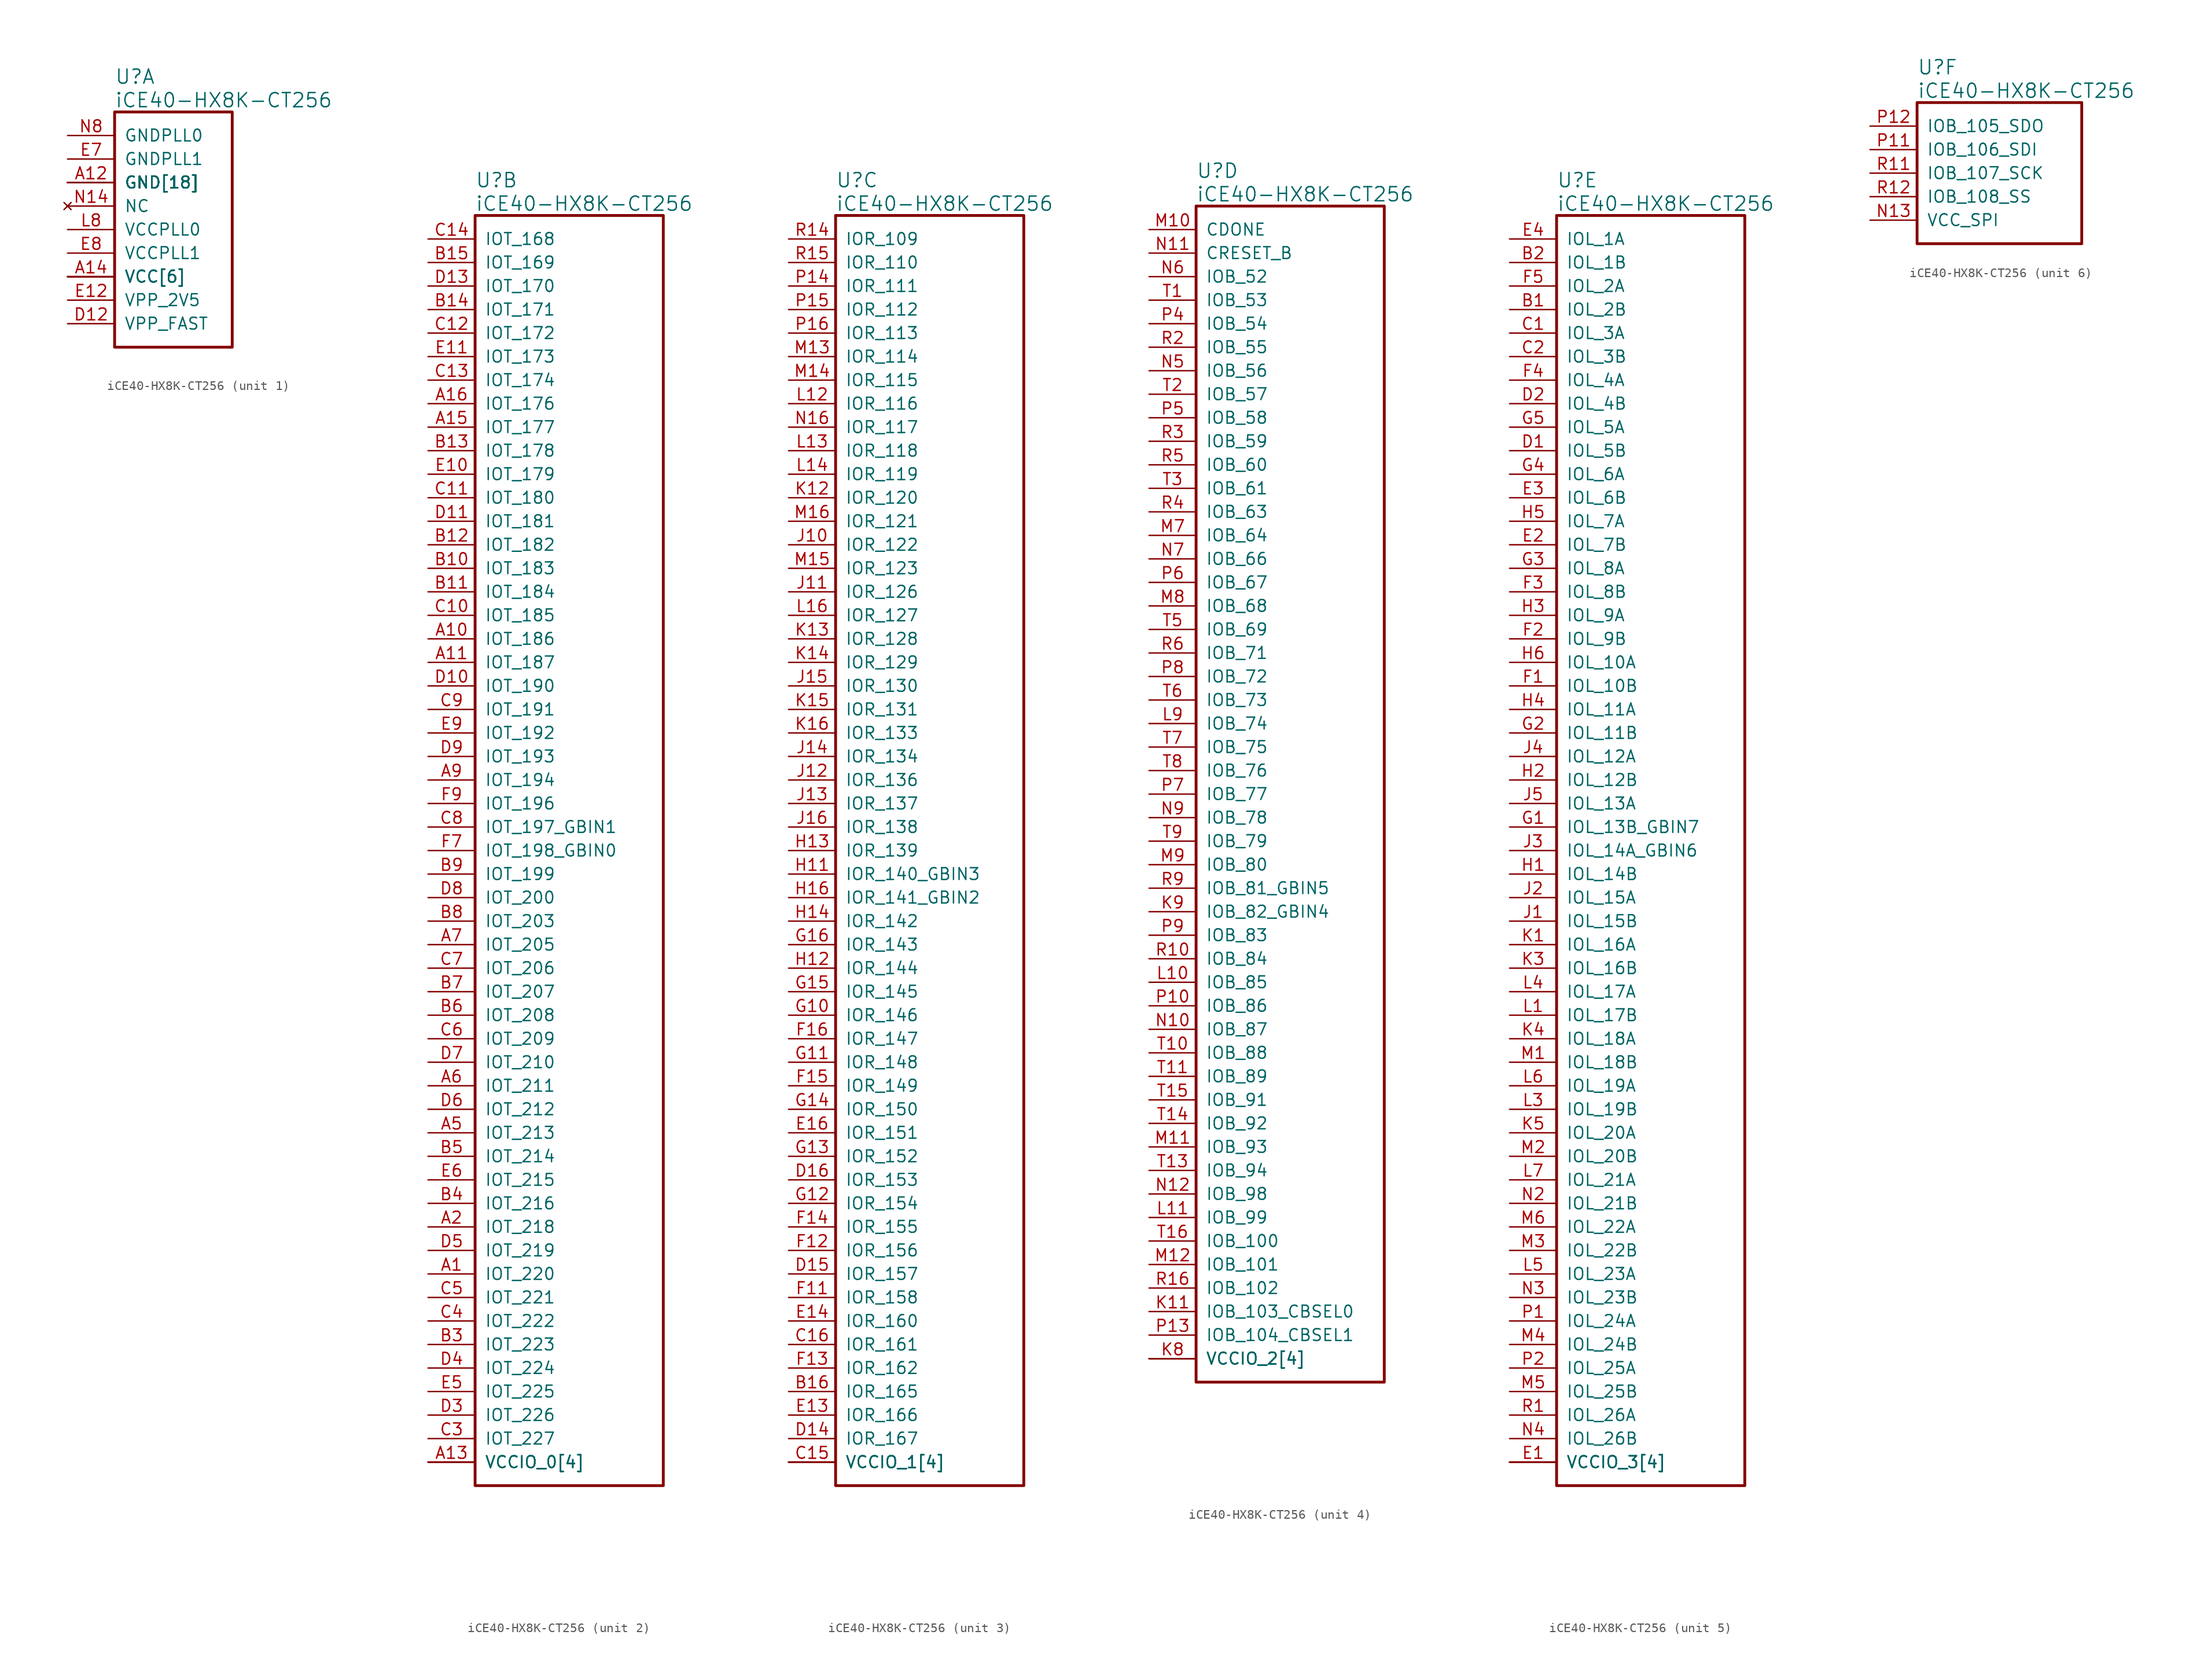
<source format=kicad_sym>
(kicad_symbol_lib
  (version 20241209)
  (generator "kicad_symbol_editor")
  (generator_version "9.0")
  (symbol "iCE40-HX8K-CT256"
    (pin_names
      (offset 1.016))
    (property "Reference" "U"
      (at 5.08 6.35 0)
      (effects (font (size 1.524 1.524)) (justify left)))
    (property "Value" "iCE40-HX8K-CT256"
      (at 5.08 3.81 0)
      (effects (font (size 1.524 1.524)) (justify left)))
    (property "ki_locked" ""
      (at 0 0 0)
      (effects (font (size 1.27 1.27))))
    (symbol "iCE40-HX8K-CT256_1_1"
      (rectangle (start 5.08 2.54) (end 17.78 -22.86) (stroke (width 0.305) (type solid)) (fill (type none)))
      (pin power_in line (at 0 0 0) (length 5.08) (name "GNDPLL0" (effects (font (size 1.27 1.27)))) (number "N8" (effects (font (size 1.27 1.27)))))
      (pin power_in line (at 0 -2.54 0) (length 5.08) (name "GNDPLL1" (effects (font (size 1.27 1.27)))) (number "E7" (effects (font (size 1.27 1.27)))))
      (pin power_in line (at 0 -5.08 0) (length 5.08) (name "GND[18]" (effects (font (size 1.27 1.27)))) (number "A12" (effects (font (size 1.27 1.27)))))
      (pin power_in line (at 0 -5.08 0) (length 5.08) (name "GND[18]" (effects (font (size 1.27 1.27)))) (number "A4" (effects (font (size 0 0)))))
      (pin power_in line (at 0 -5.08 0) (length 5.08) (name "GND[18]" (effects (font (size 1.27 1.27)))) (number "E15" (effects (font (size 0 0)))))
      (pin power_in line (at 0 -5.08 0) (length 5.08) (name "GND[18]" (effects (font (size 1.27 1.27)))) (number "G7" (effects (font (size 0 0)))))
      (pin power_in line (at 0 -5.08 0) (length 5.08) (name "GND[18]" (effects (font (size 1.27 1.27)))) (number "G8" (effects (font (size 0 0)))))
      (pin power_in line (at 0 -5.08 0) (length 5.08) (name "GND[18]" (effects (font (size 1.27 1.27)))) (number "G9" (effects (font (size 0 0)))))
      (pin power_in line (at 0 -5.08 0) (length 5.08) (name "GND[18]" (effects (font (size 1.27 1.27)))) (number "H7" (effects (font (size 0 0)))))
      (pin power_in line (at 0 -5.08 0) (length 5.08) (name "GND[18]" (effects (font (size 1.27 1.27)))) (number "H8" (effects (font (size 0 0)))))
      (pin power_in line (at 0 -5.08 0) (length 5.08) (name "GND[18]" (effects (font (size 1.27 1.27)))) (number "H9" (effects (font (size 0 0)))))
      (pin power_in line (at 0 -5.08 0) (length 5.08) (name "GND[18]" (effects (font (size 1.27 1.27)))) (number "J7" (effects (font (size 0 0)))))
      (pin power_in line (at 0 -5.08 0) (length 5.08) (name "GND[18]" (effects (font (size 1.27 1.27)))) (number "J8" (effects (font (size 0 0)))))
      (pin power_in line (at 0 -5.08 0) (length 5.08) (name "GND[18]" (effects (font (size 1.27 1.27)))) (number "J9" (effects (font (size 0 0)))))
      (pin power_in line (at 0 -5.08 0) (length 5.08) (name "GND[18]" (effects (font (size 1.27 1.27)))) (number "K2" (effects (font (size 0 0)))))
      (pin power_in line (at 0 -5.08 0) (length 5.08) (name "GND[18]" (effects (font (size 1.27 1.27)))) (number "K7" (effects (font (size 0 0)))))
      (pin power_in line (at 0 -5.08 0) (length 5.08) (name "GND[18]" (effects (font (size 1.27 1.27)))) (number "L15" (effects (font (size 0 0)))))
      (pin power_in line (at 0 -5.08 0) (length 5.08) (name "GND[18]" (effects (font (size 1.27 1.27)))) (number "R7" (effects (font (size 0 0)))))
      (pin power_in line (at 0 -5.08 0) (length 5.08) (name "GND[18]" (effects (font (size 1.27 1.27)))) (number "T12" (effects (font (size 0 0)))))
      (pin power_in line (at 0 -5.08 0) (length 5.08) (name "GND[18]" (effects (font (size 1.27 1.27)))) (number "T4" (effects (font (size 0 0)))))
      (pin no_connect line (at 0 -7.62 0) (length 5.08) (name "NC" (effects (font (size 1.27 1.27)))) (number "N14" (effects (font (size 1.27 1.27)))))
      (pin power_in line (at 0 -10.16 0) (length 5.08) (name "VCCPLL0" (effects (font (size 1.27 1.27)))) (number "L8" (effects (font (size 1.27 1.27)))))
      (pin power_in line (at 0 -12.7 0) (length 5.08) (name "VCCPLL1" (effects (font (size 1.27 1.27)))) (number "E8" (effects (font (size 1.27 1.27)))))
      (pin power_in line (at 0 -15.24 0) (length 5.08) (name "VCC[6]" (effects (font (size 1.27 1.27)))) (number "A14" (effects (font (size 1.27 1.27)))))
      (pin power_in line (at 0 -15.24 0) (length 5.08) (name "VCC[6]" (effects (font (size 1.27 1.27)))) (number "F10" (effects (font (size 0 0)))))
      (pin power_in line (at 0 -15.24 0) (length 5.08) (name "VCC[6]" (effects (font (size 1.27 1.27)))) (number "F6" (effects (font (size 0 0)))))
      (pin power_in line (at 0 -15.24 0) (length 5.08) (name "VCC[6]" (effects (font (size 1.27 1.27)))) (number "K10" (effects (font (size 0 0)))))
      (pin power_in line (at 0 -15.24 0) (length 5.08) (name "VCC[6]" (effects (font (size 1.27 1.27)))) (number "K6" (effects (font (size 0 0)))))
      (pin power_in line (at 0 -15.24 0) (length 5.08) (name "VCC[6]" (effects (font (size 1.27 1.27)))) (number "L2" (effects (font (size 0 0)))))
      (pin power_in line (at 0 -17.78 0) (length 5.08) (name "VPP_2V5" (effects (font (size 1.27 1.27)))) (number "E12" (effects (font (size 1.27 1.27)))))
      (pin power_in line (at 0 -20.32 0) (length 5.08) (name "VPP_FAST" (effects (font (size 1.27 1.27)))) (number "D12" (effects (font (size 1.27 1.27))))))
    (symbol "iCE40-HX8K-CT256_2_1"
      (rectangle (start 5.08 2.54) (end 25.4 -134.62) (stroke (width 0.305) (type solid)) (fill (type none)))
      (pin bidirectional line (at 0 0 0) (length 5.08) (name "IOT_168" (effects (font (size 1.27 1.27)))) (number "C14" (effects (font (size 1.27 1.27)))))
      (pin bidirectional line (at 0 -2.54 0) (length 5.08) (name "IOT_169" (effects (font (size 1.27 1.27)))) (number "B15" (effects (font (size 1.27 1.27)))))
      (pin bidirectional line (at 0 -5.08 0) (length 5.08) (name "IOT_170" (effects (font (size 1.27 1.27)))) (number "D13" (effects (font (size 1.27 1.27)))))
      (pin bidirectional line (at 0 -7.62 0) (length 5.08) (name "IOT_171" (effects (font (size 1.27 1.27)))) (number "B14" (effects (font (size 1.27 1.27)))))
      (pin bidirectional line (at 0 -10.16 0) (length 5.08) (name "IOT_172" (effects (font (size 1.27 1.27)))) (number "C12" (effects (font (size 1.27 1.27)))))
      (pin bidirectional line (at 0 -12.7 0) (length 5.08) (name "IOT_173" (effects (font (size 1.27 1.27)))) (number "E11" (effects (font (size 1.27 1.27)))))
      (pin bidirectional line (at 0 -15.24 0) (length 5.08) (name "IOT_174" (effects (font (size 1.27 1.27)))) (number "C13" (effects (font (size 1.27 1.27)))))
      (pin bidirectional line (at 0 -17.78 0) (length 5.08) (name "IOT_176" (effects (font (size 1.27 1.27)))) (number "A16" (effects (font (size 1.27 1.27)))))
      (pin bidirectional line (at 0 -20.32 0) (length 5.08) (name "IOT_177" (effects (font (size 1.27 1.27)))) (number "A15" (effects (font (size 1.27 1.27)))))
      (pin bidirectional line (at 0 -22.86 0) (length 5.08) (name "IOT_178" (effects (font (size 1.27 1.27)))) (number "B13" (effects (font (size 1.27 1.27)))))
      (pin bidirectional line (at 0 -25.4 0) (length 5.08) (name "IOT_179" (effects (font (size 1.27 1.27)))) (number "E10" (effects (font (size 1.27 1.27)))))
      (pin bidirectional line (at 0 -27.94 0) (length 5.08) (name "IOT_180" (effects (font (size 1.27 1.27)))) (number "C11" (effects (font (size 1.27 1.27)))))
      (pin bidirectional line (at 0 -30.48 0) (length 5.08) (name "IOT_181" (effects (font (size 1.27 1.27)))) (number "D11" (effects (font (size 1.27 1.27)))))
      (pin bidirectional line (at 0 -33.02 0) (length 5.08) (name "IOT_182" (effects (font (size 1.27 1.27)))) (number "B12" (effects (font (size 1.27 1.27)))))
      (pin bidirectional line (at 0 -35.56 0) (length 5.08) (name "IOT_183" (effects (font (size 1.27 1.27)))) (number "B10" (effects (font (size 1.27 1.27)))))
      (pin bidirectional line (at 0 -38.1 0) (length 5.08) (name "IOT_184" (effects (font (size 1.27 1.27)))) (number "B11" (effects (font (size 1.27 1.27)))))
      (pin bidirectional line (at 0 -40.64 0) (length 5.08) (name "IOT_185" (effects (font (size 1.27 1.27)))) (number "C10" (effects (font (size 1.27 1.27)))))
      (pin bidirectional line (at 0 -43.18 0) (length 5.08) (name "IOT_186" (effects (font (size 1.27 1.27)))) (number "A10" (effects (font (size 1.27 1.27)))))
      (pin bidirectional line (at 0 -45.72 0) (length 5.08) (name "IOT_187" (effects (font (size 1.27 1.27)))) (number "A11" (effects (font (size 1.27 1.27)))))
      (pin bidirectional line (at 0 -48.26 0) (length 5.08) (name "IOT_190" (effects (font (size 1.27 1.27)))) (number "D10" (effects (font (size 1.27 1.27)))))
      (pin bidirectional line (at 0 -50.8 0) (length 5.08) (name "IOT_191" (effects (font (size 1.27 1.27)))) (number "C9" (effects (font (size 1.27 1.27)))))
      (pin bidirectional line (at 0 -53.34 0) (length 5.08) (name "IOT_192" (effects (font (size 1.27 1.27)))) (number "E9" (effects (font (size 1.27 1.27)))))
      (pin bidirectional line (at 0 -55.88 0) (length 5.08) (name "IOT_193" (effects (font (size 1.27 1.27)))) (number "D9" (effects (font (size 1.27 1.27)))))
      (pin bidirectional line (at 0 -58.42 0) (length 5.08) (name "IOT_194" (effects (font (size 1.27 1.27)))) (number "A9" (effects (font (size 1.27 1.27)))))
      (pin bidirectional line (at 0 -60.96 0) (length 5.08) (name "IOT_196" (effects (font (size 1.27 1.27)))) (number "F9" (effects (font (size 1.27 1.27)))))
      (pin bidirectional line (at 0 -63.5 0) (length 5.08) (name "IOT_197_GBIN1" (effects (font (size 1.27 1.27)))) (number "C8" (effects (font (size 1.27 1.27)))))
      (pin bidirectional line (at 0 -66.04 0) (length 5.08) (name "IOT_198_GBIN0" (effects (font (size 1.27 1.27)))) (number "F7" (effects (font (size 1.27 1.27)))))
      (pin bidirectional line (at 0 -68.58 0) (length 5.08) (name "IOT_199" (effects (font (size 1.27 1.27)))) (number "B9" (effects (font (size 1.27 1.27)))))
      (pin bidirectional line (at 0 -71.12 0) (length 5.08) (name "IOT_200" (effects (font (size 1.27 1.27)))) (number "D8" (effects (font (size 1.27 1.27)))))
      (pin bidirectional line (at 0 -73.66 0) (length 5.08) (name "IOT_203" (effects (font (size 1.27 1.27)))) (number "B8" (effects (font (size 1.27 1.27)))))
      (pin bidirectional line (at 0 -76.2 0) (length 5.08) (name "IOT_205" (effects (font (size 1.27 1.27)))) (number "A7" (effects (font (size 1.27 1.27)))))
      (pin bidirectional line (at 0 -78.74 0) (length 5.08) (name "IOT_206" (effects (font (size 1.27 1.27)))) (number "C7" (effects (font (size 1.27 1.27)))))
      (pin bidirectional line (at 0 -81.28 0) (length 5.08) (name "IOT_207" (effects (font (size 1.27 1.27)))) (number "B7" (effects (font (size 1.27 1.27)))))
      (pin bidirectional line (at 0 -83.82 0) (length 5.08) (name "IOT_208" (effects (font (size 1.27 1.27)))) (number "B6" (effects (font (size 1.27 1.27)))))
      (pin bidirectional line (at 0 -86.36 0) (length 5.08) (name "IOT_209" (effects (font (size 1.27 1.27)))) (number "C6" (effects (font (size 1.27 1.27)))))
      (pin bidirectional line (at 0 -88.9 0) (length 5.08) (name "IOT_210" (effects (font (size 1.27 1.27)))) (number "D7" (effects (font (size 1.27 1.27)))))
      (pin bidirectional line (at 0 -91.44 0) (length 5.08) (name "IOT_211" (effects (font (size 1.27 1.27)))) (number "A6" (effects (font (size 1.27 1.27)))))
      (pin bidirectional line (at 0 -93.98 0) (length 5.08) (name "IOT_212" (effects (font (size 1.27 1.27)))) (number "D6" (effects (font (size 1.27 1.27)))))
      (pin bidirectional line (at 0 -96.52 0) (length 5.08) (name "IOT_213" (effects (font (size 1.27 1.27)))) (number "A5" (effects (font (size 1.27 1.27)))))
      (pin bidirectional line (at 0 -99.06 0) (length 5.08) (name "IOT_214" (effects (font (size 1.27 1.27)))) (number "B5" (effects (font (size 1.27 1.27)))))
      (pin bidirectional line (at 0 -101.6 0) (length 5.08) (name "IOT_215" (effects (font (size 1.27 1.27)))) (number "E6" (effects (font (size 1.27 1.27)))))
      (pin bidirectional line (at 0 -104.14 0) (length 5.08) (name "IOT_216" (effects (font (size 1.27 1.27)))) (number "B4" (effects (font (size 1.27 1.27)))))
      (pin bidirectional line (at 0 -106.68 0) (length 5.08) (name "IOT_218" (effects (font (size 1.27 1.27)))) (number "A2" (effects (font (size 1.27 1.27)))))
      (pin bidirectional line (at 0 -109.22 0) (length 5.08) (name "IOT_219" (effects (font (size 1.27 1.27)))) (number "D5" (effects (font (size 1.27 1.27)))))
      (pin bidirectional line (at 0 -111.76 0) (length 5.08) (name "IOT_220" (effects (font (size 1.27 1.27)))) (number "A1" (effects (font (size 1.27 1.27)))))
      (pin bidirectional line (at 0 -114.3 0) (length 5.08) (name "IOT_221" (effects (font (size 1.27 1.27)))) (number "C5" (effects (font (size 1.27 1.27)))))
      (pin bidirectional line (at 0 -116.84 0) (length 5.08) (name "IOT_222" (effects (font (size 1.27 1.27)))) (number "C4" (effects (font (size 1.27 1.27)))))
      (pin bidirectional line (at 0 -119.38 0) (length 5.08) (name "IOT_223" (effects (font (size 1.27 1.27)))) (number "B3" (effects (font (size 1.27 1.27)))))
      (pin bidirectional line (at 0 -121.92 0) (length 5.08) (name "IOT_224" (effects (font (size 1.27 1.27)))) (number "D4" (effects (font (size 1.27 1.27)))))
      (pin bidirectional line (at 0 -124.46 0) (length 5.08) (name "IOT_225" (effects (font (size 1.27 1.27)))) (number "E5" (effects (font (size 1.27 1.27)))))
      (pin bidirectional line (at 0 -127 0) (length 5.08) (name "IOT_226" (effects (font (size 1.27 1.27)))) (number "D3" (effects (font (size 1.27 1.27)))))
      (pin bidirectional line (at 0 -129.54 0) (length 5.08) (name "IOT_227" (effects (font (size 1.27 1.27)))) (number "C3" (effects (font (size 1.27 1.27)))))
      (pin power_in line (at 0 -132.08 0) (length 5.08) (name "VCCIO_0[4]" (effects (font (size 1.27 1.27)))) (number "A13" (effects (font (size 1.27 1.27)))))
      (pin power_in line (at 0 -132.08 0) (length 5.08) (name "VCCIO_0[4]" (effects (font (size 1.27 1.27)))) (number "A3" (effects (font (size 0 0)))))
      (pin power_in line (at 0 -132.08 0) (length 5.08) (name "VCCIO_0[4]" (effects (font (size 1.27 1.27)))) (number "A8" (effects (font (size 0 0)))))
      (pin power_in line (at 0 -132.08 0) (length 5.08) (name "VCCIO_0[4]" (effects (font (size 1.27 1.27)))) (number "F8" (effects (font (size 0 0))))))
    (symbol "iCE40-HX8K-CT256_3_1"
      (rectangle (start 5.08 2.54) (end 25.4 -134.62) (stroke (width 0.305) (type solid)) (fill (type none)))
      (pin bidirectional line (at 0 0 0) (length 5.08) (name "IOR_109" (effects (font (size 1.27 1.27)))) (number "R14" (effects (font (size 1.27 1.27)))))
      (pin bidirectional line (at 0 -2.54 0) (length 5.08) (name "IOR_110" (effects (font (size 1.27 1.27)))) (number "R15" (effects (font (size 1.27 1.27)))))
      (pin bidirectional line (at 0 -5.08 0) (length 5.08) (name "IOR_111" (effects (font (size 1.27 1.27)))) (number "P14" (effects (font (size 1.27 1.27)))))
      (pin bidirectional line (at 0 -7.62 0) (length 5.08) (name "IOR_112" (effects (font (size 1.27 1.27)))) (number "P15" (effects (font (size 1.27 1.27)))))
      (pin bidirectional line (at 0 -10.16 0) (length 5.08) (name "IOR_113" (effects (font (size 1.27 1.27)))) (number "P16" (effects (font (size 1.27 1.27)))))
      (pin bidirectional line (at 0 -12.7 0) (length 5.08) (name "IOR_114" (effects (font (size 1.27 1.27)))) (number "M13" (effects (font (size 1.27 1.27)))))
      (pin bidirectional line (at 0 -15.24 0) (length 5.08) (name "IOR_115" (effects (font (size 1.27 1.27)))) (number "M14" (effects (font (size 1.27 1.27)))))
      (pin bidirectional line (at 0 -17.78 0) (length 5.08) (name "IOR_116" (effects (font (size 1.27 1.27)))) (number "L12" (effects (font (size 1.27 1.27)))))
      (pin bidirectional line (at 0 -20.32 0) (length 5.08) (name "IOR_117" (effects (font (size 1.27 1.27)))) (number "N16" (effects (font (size 1.27 1.27)))))
      (pin bidirectional line (at 0 -22.86 0) (length 5.08) (name "IOR_118" (effects (font (size 1.27 1.27)))) (number "L13" (effects (font (size 1.27 1.27)))))
      (pin bidirectional line (at 0 -25.4 0) (length 5.08) (name "IOR_119" (effects (font (size 1.27 1.27)))) (number "L14" (effects (font (size 1.27 1.27)))))
      (pin bidirectional line (at 0 -27.94 0) (length 5.08) (name "IOR_120" (effects (font (size 1.27 1.27)))) (number "K12" (effects (font (size 1.27 1.27)))))
      (pin bidirectional line (at 0 -30.48 0) (length 5.08) (name "IOR_121" (effects (font (size 1.27 1.27)))) (number "M16" (effects (font (size 1.27 1.27)))))
      (pin bidirectional line (at 0 -33.02 0) (length 5.08) (name "IOR_122" (effects (font (size 1.27 1.27)))) (number "J10" (effects (font (size 1.27 1.27)))))
      (pin bidirectional line (at 0 -35.56 0) (length 5.08) (name "IOR_123" (effects (font (size 1.27 1.27)))) (number "M15" (effects (font (size 1.27 1.27)))))
      (pin bidirectional line (at 0 -38.1 0) (length 5.08) (name "IOR_126" (effects (font (size 1.27 1.27)))) (number "J11" (effects (font (size 1.27 1.27)))))
      (pin bidirectional line (at 0 -40.64 0) (length 5.08) (name "IOR_127" (effects (font (size 1.27 1.27)))) (number "L16" (effects (font (size 1.27 1.27)))))
      (pin bidirectional line (at 0 -43.18 0) (length 5.08) (name "IOR_128" (effects (font (size 1.27 1.27)))) (number "K13" (effects (font (size 1.27 1.27)))))
      (pin bidirectional line (at 0 -45.72 0) (length 5.08) (name "IOR_129" (effects (font (size 1.27 1.27)))) (number "K14" (effects (font (size 1.27 1.27)))))
      (pin bidirectional line (at 0 -48.26 0) (length 5.08) (name "IOR_130" (effects (font (size 1.27 1.27)))) (number "J15" (effects (font (size 1.27 1.27)))))
      (pin bidirectional line (at 0 -50.8 0) (length 5.08) (name "IOR_131" (effects (font (size 1.27 1.27)))) (number "K15" (effects (font (size 1.27 1.27)))))
      (pin bidirectional line (at 0 -53.34 0) (length 5.08) (name "IOR_133" (effects (font (size 1.27 1.27)))) (number "K16" (effects (font (size 1.27 1.27)))))
      (pin bidirectional line (at 0 -55.88 0) (length 5.08) (name "IOR_134" (effects (font (size 1.27 1.27)))) (number "J14" (effects (font (size 1.27 1.27)))))
      (pin bidirectional line (at 0 -58.42 0) (length 5.08) (name "IOR_136" (effects (font (size 1.27 1.27)))) (number "J12" (effects (font (size 1.27 1.27)))))
      (pin bidirectional line (at 0 -60.96 0) (length 5.08) (name "IOR_137" (effects (font (size 1.27 1.27)))) (number "J13" (effects (font (size 1.27 1.27)))))
      (pin bidirectional line (at 0 -63.5 0) (length 5.08) (name "IOR_138" (effects (font (size 1.27 1.27)))) (number "J16" (effects (font (size 1.27 1.27)))))
      (pin bidirectional line (at 0 -66.04 0) (length 5.08) (name "IOR_139" (effects (font (size 1.27 1.27)))) (number "H13" (effects (font (size 1.27 1.27)))))
      (pin bidirectional line (at 0 -68.58 0) (length 5.08) (name "IOR_140_GBIN3" (effects (font (size 1.27 1.27)))) (number "H11" (effects (font (size 1.27 1.27)))))
      (pin bidirectional line (at 0 -71.12 0) (length 5.08) (name "IOR_141_GBIN2" (effects (font (size 1.27 1.27)))) (number "H16" (effects (font (size 1.27 1.27)))))
      (pin bidirectional line (at 0 -73.66 0) (length 5.08) (name "IOR_142" (effects (font (size 1.27 1.27)))) (number "H14" (effects (font (size 1.27 1.27)))))
      (pin bidirectional line (at 0 -76.2 0) (length 5.08) (name "IOR_143" (effects (font (size 1.27 1.27)))) (number "G16" (effects (font (size 1.27 1.27)))))
      (pin bidirectional line (at 0 -78.74 0) (length 5.08) (name "IOR_144" (effects (font (size 1.27 1.27)))) (number "H12" (effects (font (size 1.27 1.27)))))
      (pin bidirectional line (at 0 -81.28 0) (length 5.08) (name "IOR_145" (effects (font (size 1.27 1.27)))) (number "G15" (effects (font (size 1.27 1.27)))))
      (pin bidirectional line (at 0 -83.82 0) (length 5.08) (name "IOR_146" (effects (font (size 1.27 1.27)))) (number "G10" (effects (font (size 1.27 1.27)))))
      (pin bidirectional line (at 0 -86.36 0) (length 5.08) (name "IOR_147" (effects (font (size 1.27 1.27)))) (number "F16" (effects (font (size 1.27 1.27)))))
      (pin bidirectional line (at 0 -88.9 0) (length 5.08) (name "IOR_148" (effects (font (size 1.27 1.27)))) (number "G11" (effects (font (size 1.27 1.27)))))
      (pin bidirectional line (at 0 -91.44 0) (length 5.08) (name "IOR_149" (effects (font (size 1.27 1.27)))) (number "F15" (effects (font (size 1.27 1.27)))))
      (pin bidirectional line (at 0 -93.98 0) (length 5.08) (name "IOR_150" (effects (font (size 1.27 1.27)))) (number "G14" (effects (font (size 1.27 1.27)))))
      (pin bidirectional line (at 0 -96.52 0) (length 5.08) (name "IOR_151" (effects (font (size 1.27 1.27)))) (number "E16" (effects (font (size 1.27 1.27)))))
      (pin bidirectional line (at 0 -99.06 0) (length 5.08) (name "IOR_152" (effects (font (size 1.27 1.27)))) (number "G13" (effects (font (size 1.27 1.27)))))
      (pin bidirectional line (at 0 -101.6 0) (length 5.08) (name "IOR_153" (effects (font (size 1.27 1.27)))) (number "D16" (effects (font (size 1.27 1.27)))))
      (pin bidirectional line (at 0 -104.14 0) (length 5.08) (name "IOR_154" (effects (font (size 1.27 1.27)))) (number "G12" (effects (font (size 1.27 1.27)))))
      (pin bidirectional line (at 0 -106.68 0) (length 5.08) (name "IOR_155" (effects (font (size 1.27 1.27)))) (number "F14" (effects (font (size 1.27 1.27)))))
      (pin bidirectional line (at 0 -109.22 0) (length 5.08) (name "IOR_156" (effects (font (size 1.27 1.27)))) (number "F12" (effects (font (size 1.27 1.27)))))
      (pin bidirectional line (at 0 -111.76 0) (length 5.08) (name "IOR_157" (effects (font (size 1.27 1.27)))) (number "D15" (effects (font (size 1.27 1.27)))))
      (pin bidirectional line (at 0 -114.3 0) (length 5.08) (name "IOR_158" (effects (font (size 1.27 1.27)))) (number "F11" (effects (font (size 1.27 1.27)))))
      (pin bidirectional line (at 0 -116.84 0) (length 5.08) (name "IOR_160" (effects (font (size 1.27 1.27)))) (number "E14" (effects (font (size 1.27 1.27)))))
      (pin bidirectional line (at 0 -119.38 0) (length 5.08) (name "IOR_161" (effects (font (size 1.27 1.27)))) (number "C16" (effects (font (size 1.27 1.27)))))
      (pin bidirectional line (at 0 -121.92 0) (length 5.08) (name "IOR_162" (effects (font (size 1.27 1.27)))) (number "F13" (effects (font (size 1.27 1.27)))))
      (pin bidirectional line (at 0 -124.46 0) (length 5.08) (name "IOR_165" (effects (font (size 1.27 1.27)))) (number "B16" (effects (font (size 1.27 1.27)))))
      (pin bidirectional line (at 0 -127 0) (length 5.08) (name "IOR_166" (effects (font (size 1.27 1.27)))) (number "E13" (effects (font (size 1.27 1.27)))))
      (pin bidirectional line (at 0 -129.54 0) (length 5.08) (name "IOR_167" (effects (font (size 1.27 1.27)))) (number "D14" (effects (font (size 1.27 1.27)))))
      (pin power_in line (at 0 -132.08 0) (length 5.08) (name "VCCIO_1[4]" (effects (font (size 1.27 1.27)))) (number "C15" (effects (font (size 1.27 1.27)))))
      (pin power_in line (at 0 -132.08 0) (length 5.08) (name "VCCIO_1[4]" (effects (font (size 1.27 1.27)))) (number "H10" (effects (font (size 0 0)))))
      (pin power_in line (at 0 -132.08 0) (length 5.08) (name "VCCIO_1[4]" (effects (font (size 1.27 1.27)))) (number "H15" (effects (font (size 0 0)))))
      (pin power_in line (at 0 -132.08 0) (length 5.08) (name "VCCIO_1[4]" (effects (font (size 1.27 1.27)))) (number "N15" (effects (font (size 0 0))))))
    (symbol "iCE40-HX8K-CT256_4_1"
      (rectangle (start 5.08 2.54) (end 25.4 -124.46) (stroke (width 0.305) (type solid)) (fill (type none)))
      (pin output line (at 0 0 0) (length 5.08) (name "CDONE" (effects (font (size 1.27 1.27)))) (number "M10" (effects (font (size 1.27 1.27)))))
      (pin input line (at 0 -2.54 0) (length 5.08) (name "CRESET_B" (effects (font (size 1.27 1.27)))) (number "N11" (effects (font (size 1.27 1.27)))))
      (pin bidirectional line (at 0 -5.08 0) (length 5.08) (name "IOB_52" (effects (font (size 1.27 1.27)))) (number "N6" (effects (font (size 1.27 1.27)))))
      (pin bidirectional line (at 0 -7.62 0) (length 5.08) (name "IOB_53" (effects (font (size 1.27 1.27)))) (number "T1" (effects (font (size 1.27 1.27)))))
      (pin bidirectional line (at 0 -10.16 0) (length 5.08) (name "IOB_54" (effects (font (size 1.27 1.27)))) (number "P4" (effects (font (size 1.27 1.27)))))
      (pin bidirectional line (at 0 -12.7 0) (length 5.08) (name "IOB_55" (effects (font (size 1.27 1.27)))) (number "R2" (effects (font (size 1.27 1.27)))))
      (pin bidirectional line (at 0 -15.24 0) (length 5.08) (name "IOB_56" (effects (font (size 1.27 1.27)))) (number "N5" (effects (font (size 1.27 1.27)))))
      (pin bidirectional line (at 0 -17.78 0) (length 5.08) (name "IOB_57" (effects (font (size 1.27 1.27)))) (number "T2" (effects (font (size 1.27 1.27)))))
      (pin bidirectional line (at 0 -20.32 0) (length 5.08) (name "IOB_58" (effects (font (size 1.27 1.27)))) (number "P5" (effects (font (size 1.27 1.27)))))
      (pin bidirectional line (at 0 -22.86 0) (length 5.08) (name "IOB_59" (effects (font (size 1.27 1.27)))) (number "R3" (effects (font (size 1.27 1.27)))))
      (pin bidirectional line (at 0 -25.4 0) (length 5.08) (name "IOB_60" (effects (font (size 1.27 1.27)))) (number "R5" (effects (font (size 1.27 1.27)))))
      (pin bidirectional line (at 0 -27.94 0) (length 5.08) (name "IOB_61" (effects (font (size 1.27 1.27)))) (number "T3" (effects (font (size 1.27 1.27)))))
      (pin bidirectional line (at 0 -30.48 0) (length 5.08) (name "IOB_63" (effects (font (size 1.27 1.27)))) (number "R4" (effects (font (size 1.27 1.27)))))
      (pin bidirectional line (at 0 -33.02 0) (length 5.08) (name "IOB_64" (effects (font (size 1.27 1.27)))) (number "M7" (effects (font (size 1.27 1.27)))))
      (pin bidirectional line (at 0 -35.56 0) (length 5.08) (name "IOB_66" (effects (font (size 1.27 1.27)))) (number "N7" (effects (font (size 1.27 1.27)))))
      (pin bidirectional line (at 0 -38.1 0) (length 5.08) (name "IOB_67" (effects (font (size 1.27 1.27)))) (number "P6" (effects (font (size 1.27 1.27)))))
      (pin bidirectional line (at 0 -40.64 0) (length 5.08) (name "IOB_68" (effects (font (size 1.27 1.27)))) (number "M8" (effects (font (size 1.27 1.27)))))
      (pin bidirectional line (at 0 -43.18 0) (length 5.08) (name "IOB_69" (effects (font (size 1.27 1.27)))) (number "T5" (effects (font (size 1.27 1.27)))))
      (pin bidirectional line (at 0 -45.72 0) (length 5.08) (name "IOB_71" (effects (font (size 1.27 1.27)))) (number "R6" (effects (font (size 1.27 1.27)))))
      (pin bidirectional line (at 0 -48.26 0) (length 5.08) (name "IOB_72" (effects (font (size 1.27 1.27)))) (number "P8" (effects (font (size 1.27 1.27)))))
      (pin bidirectional line (at 0 -50.8 0) (length 5.08) (name "IOB_73" (effects (font (size 1.27 1.27)))) (number "T6" (effects (font (size 1.27 1.27)))))
      (pin bidirectional line (at 0 -53.34 0) (length 5.08) (name "IOB_74" (effects (font (size 1.27 1.27)))) (number "L9" (effects (font (size 1.27 1.27)))))
      (pin bidirectional line (at 0 -55.88 0) (length 5.08) (name "IOB_75" (effects (font (size 1.27 1.27)))) (number "T7" (effects (font (size 1.27 1.27)))))
      (pin bidirectional line (at 0 -58.42 0) (length 5.08) (name "IOB_76" (effects (font (size 1.27 1.27)))) (number "T8" (effects (font (size 1.27 1.27)))))
      (pin bidirectional line (at 0 -60.96 0) (length 5.08) (name "IOB_77" (effects (font (size 1.27 1.27)))) (number "P7" (effects (font (size 1.27 1.27)))))
      (pin bidirectional line (at 0 -63.5 0) (length 5.08) (name "IOB_78" (effects (font (size 1.27 1.27)))) (number "N9" (effects (font (size 1.27 1.27)))))
      (pin bidirectional line (at 0 -66.04 0) (length 5.08) (name "IOB_79" (effects (font (size 1.27 1.27)))) (number "T9" (effects (font (size 1.27 1.27)))))
      (pin bidirectional line (at 0 -68.58 0) (length 5.08) (name "IOB_80" (effects (font (size 1.27 1.27)))) (number "M9" (effects (font (size 1.27 1.27)))))
      (pin bidirectional line (at 0 -71.12 0) (length 5.08) (name "IOB_81_GBIN5" (effects (font (size 1.27 1.27)))) (number "R9" (effects (font (size 1.27 1.27)))))
      (pin bidirectional line (at 0 -73.66 0) (length 5.08) (name "IOB_82_GBIN4" (effects (font (size 1.27 1.27)))) (number "K9" (effects (font (size 1.27 1.27)))))
      (pin bidirectional line (at 0 -76.2 0) (length 5.08) (name "IOB_83" (effects (font (size 1.27 1.27)))) (number "P9" (effects (font (size 1.27 1.27)))))
      (pin bidirectional line (at 0 -78.74 0) (length 5.08) (name "IOB_84" (effects (font (size 1.27 1.27)))) (number "R10" (effects (font (size 1.27 1.27)))))
      (pin bidirectional line (at 0 -81.28 0) (length 5.08) (name "IOB_85" (effects (font (size 1.27 1.27)))) (number "L10" (effects (font (size 1.27 1.27)))))
      (pin bidirectional line (at 0 -83.82 0) (length 5.08) (name "IOB_86" (effects (font (size 1.27 1.27)))) (number "P10" (effects (font (size 1.27 1.27)))))
      (pin bidirectional line (at 0 -86.36 0) (length 5.08) (name "IOB_87" (effects (font (size 1.27 1.27)))) (number "N10" (effects (font (size 1.27 1.27)))))
      (pin bidirectional line (at 0 -88.9 0) (length 5.08) (name "IOB_88" (effects (font (size 1.27 1.27)))) (number "T10" (effects (font (size 1.27 1.27)))))
      (pin bidirectional line (at 0 -91.44 0) (length 5.08) (name "IOB_89" (effects (font (size 1.27 1.27)))) (number "T11" (effects (font (size 1.27 1.27)))))
      (pin bidirectional line (at 0 -93.98 0) (length 5.08) (name "IOB_91" (effects (font (size 1.27 1.27)))) (number "T15" (effects (font (size 1.27 1.27)))))
      (pin bidirectional line (at 0 -96.52 0) (length 5.08) (name "IOB_92" (effects (font (size 1.27 1.27)))) (number "T14" (effects (font (size 1.27 1.27)))))
      (pin bidirectional line (at 0 -99.06 0) (length 5.08) (name "IOB_93" (effects (font (size 1.27 1.27)))) (number "M11" (effects (font (size 1.27 1.27)))))
      (pin bidirectional line (at 0 -101.6 0) (length 5.08) (name "IOB_94" (effects (font (size 1.27 1.27)))) (number "T13" (effects (font (size 1.27 1.27)))))
      (pin bidirectional line (at 0 -104.14 0) (length 5.08) (name "IOB_98" (effects (font (size 1.27 1.27)))) (number "N12" (effects (font (size 1.27 1.27)))))
      (pin bidirectional line (at 0 -106.68 0) (length 5.08) (name "IOB_99" (effects (font (size 1.27 1.27)))) (number "L11" (effects (font (size 1.27 1.27)))))
      (pin bidirectional line (at 0 -109.22 0) (length 5.08) (name "IOB_100" (effects (font (size 1.27 1.27)))) (number "T16" (effects (font (size 1.27 1.27)))))
      (pin bidirectional line (at 0 -111.76 0) (length 5.08) (name "IOB_101" (effects (font (size 1.27 1.27)))) (number "M12" (effects (font (size 1.27 1.27)))))
      (pin bidirectional line (at 0 -114.3 0) (length 5.08) (name "IOB_102" (effects (font (size 1.27 1.27)))) (number "R16" (effects (font (size 1.27 1.27)))))
      (pin bidirectional line (at 0 -116.84 0) (length 5.08) (name "IOB_103_CBSEL0" (effects (font (size 1.27 1.27)))) (number "K11" (effects (font (size 1.27 1.27)))))
      (pin bidirectional line (at 0 -119.38 0) (length 5.08) (name "IOB_104_CBSEL1" (effects (font (size 1.27 1.27)))) (number "P13" (effects (font (size 1.27 1.27)))))
      (pin power_in line (at 0 -121.92 0) (length 5.08) (name "VCCIO_2[4]" (effects (font (size 1.27 1.27)))) (number "K8" (effects (font (size 1.27 1.27)))))
      (pin power_in line (at 0 -121.92 0) (length 5.08) (name "VCCIO_2[4]" (effects (font (size 1.27 1.27)))) (number "P3" (effects (font (size 0 0)))))
      (pin power_in line (at 0 -121.92 0) (length 5.08) (name "VCCIO_2[4]" (effects (font (size 1.27 1.27)))) (number "R13" (effects (font (size 0 0)))))
      (pin power_in line (at 0 -121.92 0) (length 5.08) (name "VCCIO_2[4]" (effects (font (size 1.27 1.27)))) (number "R8" (effects (font (size 0 0))))))
    (symbol "iCE40-HX8K-CT256_5_1"
      (rectangle (start 5.08 2.54) (end 25.4 -134.62) (stroke (width 0.305) (type solid)) (fill (type none)))
      (pin bidirectional line (at 0 0 0) (length 5.08) (name "IOL_1A" (effects (font (size 1.27 1.27)))) (number "E4" (effects (font (size 1.27 1.27)))))
      (pin bidirectional line (at 0 -2.54 0) (length 5.08) (name "IOL_1B" (effects (font (size 1.27 1.27)))) (number "B2" (effects (font (size 1.27 1.27)))))
      (pin bidirectional line (at 0 -5.08 0) (length 5.08) (name "IOL_2A" (effects (font (size 1.27 1.27)))) (number "F5" (effects (font (size 1.27 1.27)))))
      (pin bidirectional line (at 0 -7.62 0) (length 5.08) (name "IOL_2B" (effects (font (size 1.27 1.27)))) (number "B1" (effects (font (size 1.27 1.27)))))
      (pin bidirectional line (at 0 -10.16 0) (length 5.08) (name "IOL_3A" (effects (font (size 1.27 1.27)))) (number "C1" (effects (font (size 1.27 1.27)))))
      (pin bidirectional line (at 0 -12.7 0) (length 5.08) (name "IOL_3B" (effects (font (size 1.27 1.27)))) (number "C2" (effects (font (size 1.27 1.27)))))
      (pin bidirectional line (at 0 -15.24 0) (length 5.08) (name "IOL_4A" (effects (font (size 1.27 1.27)))) (number "F4" (effects (font (size 1.27 1.27)))))
      (pin bidirectional line (at 0 -17.78 0) (length 5.08) (name "IOL_4B" (effects (font (size 1.27 1.27)))) (number "D2" (effects (font (size 1.27 1.27)))))
      (pin bidirectional line (at 0 -20.32 0) (length 5.08) (name "IOL_5A" (effects (font (size 1.27 1.27)))) (number "G5" (effects (font (size 1.27 1.27)))))
      (pin bidirectional line (at 0 -22.86 0) (length 5.08) (name "IOL_5B" (effects (font (size 1.27 1.27)))) (number "D1" (effects (font (size 1.27 1.27)))))
      (pin bidirectional line (at 0 -25.4 0) (length 5.08) (name "IOL_6A" (effects (font (size 1.27 1.27)))) (number "G4" (effects (font (size 1.27 1.27)))))
      (pin bidirectional line (at 0 -27.94 0) (length 5.08) (name "IOL_6B" (effects (font (size 1.27 1.27)))) (number "E3" (effects (font (size 1.27 1.27)))))
      (pin bidirectional line (at 0 -30.48 0) (length 5.08) (name "IOL_7A" (effects (font (size 1.27 1.27)))) (number "H5" (effects (font (size 1.27 1.27)))))
      (pin bidirectional line (at 0 -33.02 0) (length 5.08) (name "IOL_7B" (effects (font (size 1.27 1.27)))) (number "E2" (effects (font (size 1.27 1.27)))))
      (pin bidirectional line (at 0 -35.56 0) (length 5.08) (name "IOL_8A" (effects (font (size 1.27 1.27)))) (number "G3" (effects (font (size 1.27 1.27)))))
      (pin bidirectional line (at 0 -38.1 0) (length 5.08) (name "IOL_8B" (effects (font (size 1.27 1.27)))) (number "F3" (effects (font (size 1.27 1.27)))))
      (pin bidirectional line (at 0 -40.64 0) (length 5.08) (name "IOL_9A" (effects (font (size 1.27 1.27)))) (number "H3" (effects (font (size 1.27 1.27)))))
      (pin bidirectional line (at 0 -43.18 0) (length 5.08) (name "IOL_9B" (effects (font (size 1.27 1.27)))) (number "F2" (effects (font (size 1.27 1.27)))))
      (pin bidirectional line (at 0 -45.72 0) (length 5.08) (name "IOL_10A" (effects (font (size 1.27 1.27)))) (number "H6" (effects (font (size 1.27 1.27)))))
      (pin bidirectional line (at 0 -48.26 0) (length 5.08) (name "IOL_10B" (effects (font (size 1.27 1.27)))) (number "F1" (effects (font (size 1.27 1.27)))))
      (pin bidirectional line (at 0 -50.8 0) (length 5.08) (name "IOL_11A" (effects (font (size 1.27 1.27)))) (number "H4" (effects (font (size 1.27 1.27)))))
      (pin bidirectional line (at 0 -53.34 0) (length 5.08) (name "IOL_11B" (effects (font (size 1.27 1.27)))) (number "G2" (effects (font (size 1.27 1.27)))))
      (pin bidirectional line (at 0 -55.88 0) (length 5.08) (name "IOL_12A" (effects (font (size 1.27 1.27)))) (number "J4" (effects (font (size 1.27 1.27)))))
      (pin bidirectional line (at 0 -58.42 0) (length 5.08) (name "IOL_12B" (effects (font (size 1.27 1.27)))) (number "H2" (effects (font (size 1.27 1.27)))))
      (pin bidirectional line (at 0 -60.96 0) (length 5.08) (name "IOL_13A" (effects (font (size 1.27 1.27)))) (number "J5" (effects (font (size 1.27 1.27)))))
      (pin bidirectional line (at 0 -63.5 0) (length 5.08) (name "IOL_13B_GBIN7" (effects (font (size 1.27 1.27)))) (number "G1" (effects (font (size 1.27 1.27)))))
      (pin bidirectional line (at 0 -66.04 0) (length 5.08) (name "IOL_14A_GBIN6" (effects (font (size 1.27 1.27)))) (number "J3" (effects (font (size 1.27 1.27)))))
      (pin bidirectional line (at 0 -68.58 0) (length 5.08) (name "IOL_14B" (effects (font (size 1.27 1.27)))) (number "H1" (effects (font (size 1.27 1.27)))))
      (pin bidirectional line (at 0 -71.12 0) (length 5.08) (name "IOL_15A" (effects (font (size 1.27 1.27)))) (number "J2" (effects (font (size 1.27 1.27)))))
      (pin bidirectional line (at 0 -73.66 0) (length 5.08) (name "IOL_15B" (effects (font (size 1.27 1.27)))) (number "J1" (effects (font (size 1.27 1.27)))))
      (pin bidirectional line (at 0 -76.2 0) (length 5.08) (name "IOL_16A" (effects (font (size 1.27 1.27)))) (number "K1" (effects (font (size 1.27 1.27)))))
      (pin bidirectional line (at 0 -78.74 0) (length 5.08) (name "IOL_16B" (effects (font (size 1.27 1.27)))) (number "K3" (effects (font (size 1.27 1.27)))))
      (pin bidirectional line (at 0 -81.28 0) (length 5.08) (name "IOL_17A" (effects (font (size 1.27 1.27)))) (number "L4" (effects (font (size 1.27 1.27)))))
      (pin bidirectional line (at 0 -83.82 0) (length 5.08) (name "IOL_17B" (effects (font (size 1.27 1.27)))) (number "L1" (effects (font (size 1.27 1.27)))))
      (pin bidirectional line (at 0 -86.36 0) (length 5.08) (name "IOL_18A" (effects (font (size 1.27 1.27)))) (number "K4" (effects (font (size 1.27 1.27)))))
      (pin bidirectional line (at 0 -88.9 0) (length 5.08) (name "IOL_18B" (effects (font (size 1.27 1.27)))) (number "M1" (effects (font (size 1.27 1.27)))))
      (pin bidirectional line (at 0 -91.44 0) (length 5.08) (name "IOL_19A" (effects (font (size 1.27 1.27)))) (number "L6" (effects (font (size 1.27 1.27)))))
      (pin bidirectional line (at 0 -93.98 0) (length 5.08) (name "IOL_19B" (effects (font (size 1.27 1.27)))) (number "L3" (effects (font (size 1.27 1.27)))))
      (pin bidirectional line (at 0 -96.52 0) (length 5.08) (name "IOL_20A" (effects (font (size 1.27 1.27)))) (number "K5" (effects (font (size 1.27 1.27)))))
      (pin bidirectional line (at 0 -99.06 0) (length 5.08) (name "IOL_20B" (effects (font (size 1.27 1.27)))) (number "M2" (effects (font (size 1.27 1.27)))))
      (pin bidirectional line (at 0 -101.6 0) (length 5.08) (name "IOL_21A" (effects (font (size 1.27 1.27)))) (number "L7" (effects (font (size 1.27 1.27)))))
      (pin bidirectional line (at 0 -104.14 0) (length 5.08) (name "IOL_21B" (effects (font (size 1.27 1.27)))) (number "N2" (effects (font (size 1.27 1.27)))))
      (pin bidirectional line (at 0 -106.68 0) (length 5.08) (name "IOL_22A" (effects (font (size 1.27 1.27)))) (number "M6" (effects (font (size 1.27 1.27)))))
      (pin bidirectional line (at 0 -109.22 0) (length 5.08) (name "IOL_22B" (effects (font (size 1.27 1.27)))) (number "M3" (effects (font (size 1.27 1.27)))))
      (pin bidirectional line (at 0 -111.76 0) (length 5.08) (name "IOL_23A" (effects (font (size 1.27 1.27)))) (number "L5" (effects (font (size 1.27 1.27)))))
      (pin bidirectional line (at 0 -114.3 0) (length 5.08) (name "IOL_23B" (effects (font (size 1.27 1.27)))) (number "N3" (effects (font (size 1.27 1.27)))))
      (pin bidirectional line (at 0 -116.84 0) (length 5.08) (name "IOL_24A" (effects (font (size 1.27 1.27)))) (number "P1" (effects (font (size 1.27 1.27)))))
      (pin bidirectional line (at 0 -119.38 0) (length 5.08) (name "IOL_24B" (effects (font (size 1.27 1.27)))) (number "M4" (effects (font (size 1.27 1.27)))))
      (pin bidirectional line (at 0 -121.92 0) (length 5.08) (name "IOL_25A" (effects (font (size 1.27 1.27)))) (number "P2" (effects (font (size 1.27 1.27)))))
      (pin bidirectional line (at 0 -124.46 0) (length 5.08) (name "IOL_25B" (effects (font (size 1.27 1.27)))) (number "M5" (effects (font (size 1.27 1.27)))))
      (pin bidirectional line (at 0 -127 0) (length 5.08) (name "IOL_26A" (effects (font (size 1.27 1.27)))) (number "R1" (effects (font (size 1.27 1.27)))))
      (pin bidirectional line (at 0 -129.54 0) (length 5.08) (name "IOL_26B" (effects (font (size 1.27 1.27)))) (number "N4" (effects (font (size 1.27 1.27)))))
      (pin power_in line (at 0 -132.08 0) (length 5.08) (name "VCCIO_3[4]" (effects (font (size 1.27 1.27)))) (number "E1" (effects (font (size 1.27 1.27)))))
      (pin power_in line (at 0 -132.08 0) (length 5.08) (name "VCCIO_3[4]" (effects (font (size 1.27 1.27)))) (number "G6" (effects (font (size 0 0)))))
      (pin power_in line (at 0 -132.08 0) (length 5.08) (name "VCCIO_3[4]" (effects (font (size 1.27 1.27)))) (number "J6" (effects (font (size 0 0)))))
      (pin power_in line (at 0 -132.08 0) (length 5.08) (name "VCCIO_3[4]" (effects (font (size 1.27 1.27)))) (number "N1" (effects (font (size 0 0))))))
    (symbol "iCE40-HX8K-CT256_6_1"
      (rectangle (start 5.08 2.54) (end 22.86 -12.7) (stroke (width 0.305) (type solid)) (fill (type none)))
      (pin bidirectional line (at 0 0 0) (length 5.08) (name "IOB_105_SDO" (effects (font (size 1.27 1.27)))) (number "P12" (effects (font (size 1.27 1.27)))))
      (pin bidirectional line (at 0 -2.54 0) (length 5.08) (name "IOB_106_SDI" (effects (font (size 1.27 1.27)))) (number "P11" (effects (font (size 1.27 1.27)))))
      (pin bidirectional line (at 0 -5.08 0) (length 5.08) (name "IOB_107_SCK" (effects (font (size 1.27 1.27)))) (number "R11" (effects (font (size 1.27 1.27)))))
      (pin bidirectional line (at 0 -7.62 0) (length 5.08) (name "IOB_108_SS" (effects (font (size 1.27 1.27)))) (number "R12" (effects (font (size 1.27 1.27)))))
      (pin power_in line (at 0 -10.16 0) (length 5.08) (name "VCC_SPI" (effects (font (size 1.27 1.27)))) (number "N13" (effects (font (size 1.27 1.27))))))))
</source>
